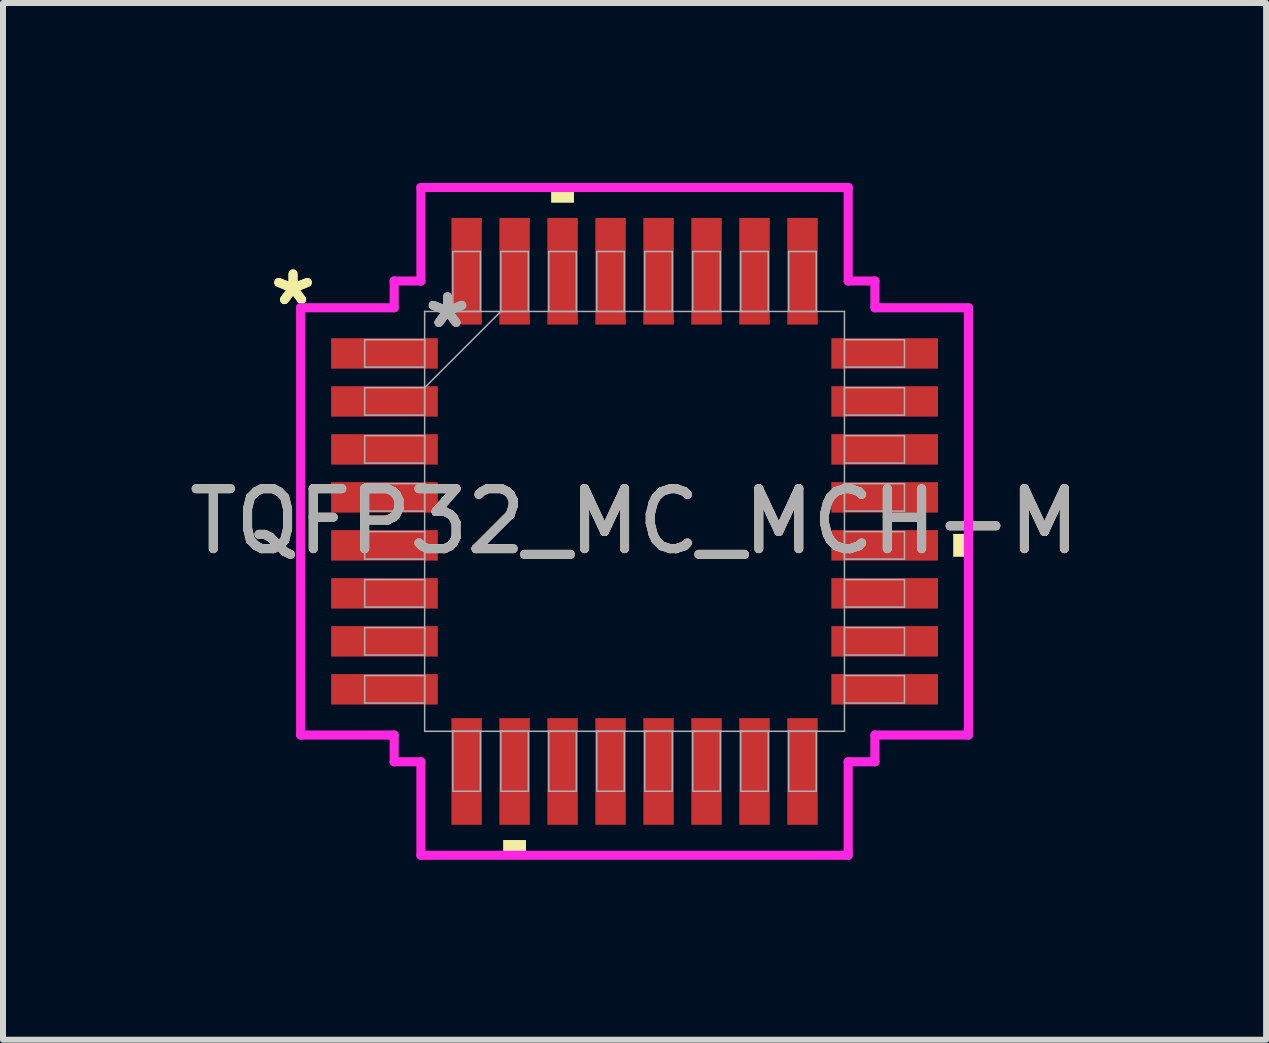
<source format=kicad_pcb>
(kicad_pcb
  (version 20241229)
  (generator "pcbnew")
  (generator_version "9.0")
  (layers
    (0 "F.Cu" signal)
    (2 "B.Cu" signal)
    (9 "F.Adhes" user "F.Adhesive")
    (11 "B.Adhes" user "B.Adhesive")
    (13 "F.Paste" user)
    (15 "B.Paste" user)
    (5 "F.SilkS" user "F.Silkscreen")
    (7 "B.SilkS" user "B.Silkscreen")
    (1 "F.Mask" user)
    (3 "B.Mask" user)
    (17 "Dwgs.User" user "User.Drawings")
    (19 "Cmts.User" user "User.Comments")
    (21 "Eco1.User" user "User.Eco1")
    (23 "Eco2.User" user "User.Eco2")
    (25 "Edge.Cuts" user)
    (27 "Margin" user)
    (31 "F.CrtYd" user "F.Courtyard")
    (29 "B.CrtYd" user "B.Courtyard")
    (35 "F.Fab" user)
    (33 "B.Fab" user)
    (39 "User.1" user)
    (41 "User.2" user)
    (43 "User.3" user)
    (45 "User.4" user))
  (footprint "TQFP32_MC_MCH-M"
    (layer "F.Cu")
    (at 7.53 5.643)
    (property "Reference" "TQFP32_MC_MCH-M" (at 0 0 0) (unlocked yes) (layer "F.SilkS") (effects (font (size 1 1) (thickness 0.15))))
    (attr smd)
    (fp_poly (pts (xy -2.191 5.313) (xy -2.191 5.567) (xy -1.81 5.567) (xy -1.81 5.313)) (stroke (width 0) (type solid)) (fill yes) (layer "F.SilkS"))
    (fp_poly (pts (xy -1.391 -5.313) (xy -1.391 -5.567) (xy -1.01 -5.567) (xy -1.01 -5.313)) (stroke (width 0) (type solid)) (fill yes) (layer "F.SilkS"))
    (fp_poly (pts (xy 5.567 0.209) (xy 5.567 0.59) (xy 5.313 0.59) (xy 5.313 0.209)) (stroke (width 0) (type solid)) (fill yes) (layer "F.SilkS"))
    (fp_line (start -5.567 -3.562) (end -4.008 -3.562) (stroke (width 0.152) (type solid)) (layer "F.CrtYd"))
    (fp_line (start -5.567 3.562) (end -5.567 -3.562) (stroke (width 0.152) (type solid)) (layer "F.CrtYd"))
    (fp_line (start -4.008 -4.008) (end -3.562 -4.008) (stroke (width 0.152) (type solid)) (layer "F.CrtYd"))
    (fp_line (start -4.008 -3.562) (end -4.008 -4.008) (stroke (width 0.152) (type solid)) (layer "F.CrtYd"))
    (fp_line (start -4.008 3.562) (end -5.567 3.562) (stroke (width 0.152) (type solid)) (layer "F.CrtYd"))
    (fp_line (start -4.008 4.008) (end -4.008 3.562) (stroke (width 0.152) (type solid)) (layer "F.CrtYd"))
    (fp_line (start -4.008 4.008) (end -3.562 4.008) (stroke (width 0.152) (type solid)) (layer "F.CrtYd"))
    (fp_line (start -3.562 -5.567) (end 3.562 -5.567) (stroke (width 0.152) (type solid)) (layer "F.CrtYd"))
    (fp_line (start -3.562 -4.008) (end -3.562 -5.567) (stroke (width 0.152) (type solid)) (layer "F.CrtYd"))
    (fp_line (start -3.562 4.008) (end -3.562 5.567) (stroke (width 0.152) (type solid)) (layer "F.CrtYd"))
    (fp_line (start -3.562 5.567) (end 3.562 5.567) (stroke (width 0.152) (type solid)) (layer "F.CrtYd"))
    (fp_line (start 3.562 -5.567) (end 3.562 -4.008) (stroke (width 0.152) (type solid)) (layer "F.CrtYd"))
    (fp_line (start 3.562 -4.008) (end 4.008 -4.008) (stroke (width 0.152) (type solid)) (layer "F.CrtYd"))
    (fp_line (start 3.562 4.008) (end 4.008 4.008) (stroke (width 0.152) (type solid)) (layer "F.CrtYd"))
    (fp_line (start 3.562 5.567) (end 3.562 4.008) (stroke (width 0.152) (type solid)) (layer "F.CrtYd"))
    (fp_line (start 4.008 -3.562) (end 4.008 -4.008) (stroke (width 0.152) (type solid)) (layer "F.CrtYd"))
    (fp_line (start 4.008 3.562) (end 5.567 3.562) (stroke (width 0.152) (type solid)) (layer "F.CrtYd"))
    (fp_line (start 4.008 4.008) (end 4.008 3.562) (stroke (width 0.152) (type solid)) (layer "F.CrtYd"))
    (fp_line (start 5.567 -3.562) (end 4.008 -3.562) (stroke (width 0.152) (type solid)) (layer "F.CrtYd"))
    (fp_line (start 5.567 3.562) (end 5.567 -3.562) (stroke (width 0.152) (type solid)) (layer "F.CrtYd"))
    (fp_line (start -4.5 -3.029) (end -4.5 -2.571) (stroke (width 0.025) (type solid)) (layer "F.Fab"))
    (fp_line (start -4.5 -2.571) (end -3.5 -2.571) (stroke (width 0.025) (type solid)) (layer "F.Fab"))
    (fp_line (start -4.5 -2.229) (end -4.5 -1.771) (stroke (width 0.025) (type solid)) (layer "F.Fab"))
    (fp_line (start -4.5 -1.771) (end -3.5 -1.771) (stroke (width 0.025) (type solid)) (layer "F.Fab"))
    (fp_line (start -4.5 -1.429) (end -4.5 -0.971) (stroke (width 0.025) (type solid)) (layer "F.Fab"))
    (fp_line (start -4.5 -0.971) (end -3.5 -0.971) (stroke (width 0.025) (type solid)) (layer "F.Fab"))
    (fp_line (start -4.5 -0.629) (end -4.5 -0.171) (stroke (width 0.025) (type solid)) (layer "F.Fab"))
    (fp_line (start -4.5 -0.171) (end -3.5 -0.171) (stroke (width 0.025) (type solid)) (layer "F.Fab"))
    (fp_line (start -4.5 0.171) (end -4.5 0.629) (stroke (width 0.025) (type solid)) (layer "F.Fab"))
    (fp_line (start -4.5 0.629) (end -3.5 0.629) (stroke (width 0.025) (type solid)) (layer "F.Fab"))
    (fp_line (start -4.5 0.971) (end -4.5 1.429) (stroke (width 0.025) (type solid)) (layer "F.Fab"))
    (fp_line (start -4.5 1.429) (end -3.5 1.429) (stroke (width 0.025) (type solid)) (layer "F.Fab"))
    (fp_line (start -4.5 1.771) (end -4.5 2.229) (stroke (width 0.025) (type solid)) (layer "F.Fab"))
    (fp_line (start -4.5 2.229) (end -3.5 2.229) (stroke (width 0.025) (type solid)) (layer "F.Fab"))
    (fp_line (start -4.5 2.571) (end -4.5 3.029) (stroke (width 0.025) (type solid)) (layer "F.Fab"))
    (fp_line (start -4.5 3.029) (end -3.5 3.029) (stroke (width 0.025) (type solid)) (layer "F.Fab"))
    (fp_line (start -3.5 -3.5) (end -3.5 3.5) (stroke (width 0.025) (type solid)) (layer "F.Fab"))
    (fp_line (start -3.5 -3.029) (end -4.5 -3.029) (stroke (width 0.025) (type solid)) (layer "F.Fab"))
    (fp_line (start -3.5 -2.571) (end -3.5 -3.029) (stroke (width 0.025) (type solid)) (layer "F.Fab"))
    (fp_line (start -3.5 -2.23) (end -2.23 -3.5) (stroke (width 0.025) (type solid)) (layer "F.Fab"))
    (fp_line (start -3.5 -2.229) (end -4.5 -2.229) (stroke (width 0.025) (type solid)) (layer "F.Fab"))
    (fp_line (start -3.5 -1.771) (end -3.5 -2.229) (stroke (width 0.025) (type solid)) (layer "F.Fab"))
    (fp_line (start -3.5 -1.429) (end -4.5 -1.429) (stroke (width 0.025) (type solid)) (layer "F.Fab"))
    (fp_line (start -3.5 -0.971) (end -3.5 -1.429) (stroke (width 0.025) (type solid)) (layer "F.Fab"))
    (fp_line (start -3.5 -0.629) (end -4.5 -0.629) (stroke (width 0.025) (type solid)) (layer "F.Fab"))
    (fp_line (start -3.5 -0.171) (end -3.5 -0.629) (stroke (width 0.025) (type solid)) (layer "F.Fab"))
    (fp_line (start -3.5 0.171) (end -4.5 0.171) (stroke (width 0.025) (type solid)) (layer "F.Fab"))
    (fp_line (start -3.5 0.629) (end -3.5 0.171) (stroke (width 0.025) (type solid)) (layer "F.Fab"))
    (fp_line (start -3.5 0.971) (end -4.5 0.971) (stroke (width 0.025) (type solid)) (layer "F.Fab"))
    (fp_line (start -3.5 1.429) (end -3.5 0.971) (stroke (width 0.025) (type solid)) (layer "F.Fab"))
    (fp_line (start -3.5 1.771) (end -4.5 1.771) (stroke (width 0.025) (type solid)) (layer "F.Fab"))
    (fp_line (start -3.5 2.229) (end -3.5 1.771) (stroke (width 0.025) (type solid)) (layer "F.Fab"))
    (fp_line (start -3.5 2.571) (end -4.5 2.571) (stroke (width 0.025) (type solid)) (layer "F.Fab"))
    (fp_line (start -3.5 3.029) (end -3.5 2.571) (stroke (width 0.025) (type solid)) (layer "F.Fab"))
    (fp_line (start -3.5 3.5) (end 3.5 3.5) (stroke (width 0.025) (type solid)) (layer "F.Fab"))
    (fp_line (start -3.029 -4.5) (end -3.029 -3.5) (stroke (width 0.025) (type solid)) (layer "F.Fab"))
    (fp_line (start -3.029 -3.5) (end -2.571 -3.5) (stroke (width 0.025) (type solid)) (layer "F.Fab"))
    (fp_line (start -3.029 3.5) (end -3.029 4.5) (stroke (width 0.025) (type solid)) (layer "F.Fab"))
    (fp_line (start -3.029 4.5) (end -2.571 4.5) (stroke (width 0.025) (type solid)) (layer "F.Fab"))
    (fp_line (start -2.571 -4.5) (end -3.029 -4.5) (stroke (width 0.025) (type solid)) (layer "F.Fab"))
    (fp_line (start -2.571 -3.5) (end -2.571 -4.5) (stroke (width 0.025) (type solid)) (layer "F.Fab"))
    (fp_line (start -2.571 3.5) (end -3.029 3.5) (stroke (width 0.025) (type solid)) (layer "F.Fab"))
    (fp_line (start -2.571 4.5) (end -2.571 3.5) (stroke (width 0.025) (type solid)) (layer "F.Fab"))
    (fp_line (start -2.229 -4.5) (end -2.229 -3.5) (stroke (width 0.025) (type solid)) (layer "F.Fab"))
    (fp_line (start -2.229 -3.5) (end -1.771 -3.5) (stroke (width 0.025) (type solid)) (layer "F.Fab"))
    (fp_line (start -2.229 3.5) (end -2.229 4.5) (stroke (width 0.025) (type solid)) (layer "F.Fab"))
    (fp_line (start -2.229 4.5) (end -1.771 4.5) (stroke (width 0.025) (type solid)) (layer "F.Fab"))
    (fp_line (start -1.771 -4.5) (end -2.229 -4.5) (stroke (width 0.025) (type solid)) (layer "F.Fab"))
    (fp_line (start -1.771 -3.5) (end -1.771 -4.5) (stroke (width 0.025) (type solid)) (layer "F.Fab"))
    (fp_line (start -1.771 3.5) (end -2.229 3.5) (stroke (width 0.025) (type solid)) (layer "F.Fab"))
    (fp_line (start -1.771 4.5) (end -1.771 3.5) (stroke (width 0.025) (type solid)) (layer "F.Fab"))
    (fp_line (start -1.429 -4.5) (end -1.429 -3.5) (stroke (width 0.025) (type solid)) (layer "F.Fab"))
    (fp_line (start -1.429 -3.5) (end -0.971 -3.5) (stroke (width 0.025) (type solid)) (layer "F.Fab"))
    (fp_line (start -1.429 3.5) (end -1.429 4.5) (stroke (width 0.025) (type solid)) (layer "F.Fab"))
    (fp_line (start -1.429 4.5) (end -0.971 4.5) (stroke (width 0.025) (type solid)) (layer "F.Fab"))
    (fp_line (start -0.971 -4.5) (end -1.429 -4.5) (stroke (width 0.025) (type solid)) (layer "F.Fab"))
    (fp_line (start -0.971 -3.5) (end -0.971 -4.5) (stroke (width 0.025) (type solid)) (layer "F.Fab"))
    (fp_line (start -0.971 3.5) (end -1.429 3.5) (stroke (width 0.025) (type solid)) (layer "F.Fab"))
    (fp_line (start -0.971 4.5) (end -0.971 3.5) (stroke (width 0.025) (type solid)) (layer "F.Fab"))
    (fp_line (start -0.629 -4.5) (end -0.629 -3.5) (stroke (width 0.025) (type solid)) (layer "F.Fab"))
    (fp_line (start -0.629 -3.5) (end -0.171 -3.5) (stroke (width 0.025) (type solid)) (layer "F.Fab"))
    (fp_line (start -0.629 3.5) (end -0.629 4.5) (stroke (width 0.025) (type solid)) (layer "F.Fab"))
    (fp_line (start -0.629 4.5) (end -0.171 4.5) (stroke (width 0.025) (type solid)) (layer "F.Fab"))
    (fp_line (start -0.171 -4.5) (end -0.629 -4.5) (stroke (width 0.025) (type solid)) (layer "F.Fab"))
    (fp_line (start -0.171 -3.5) (end -0.171 -4.5) (stroke (width 0.025) (type solid)) (layer "F.Fab"))
    (fp_line (start -0.171 3.5) (end -0.629 3.5) (stroke (width 0.025) (type solid)) (layer "F.Fab"))
    (fp_line (start -0.171 4.5) (end -0.171 3.5) (stroke (width 0.025) (type solid)) (layer "F.Fab"))
    (fp_line (start 0.171 -4.5) (end 0.171 -3.5) (stroke (width 0.025) (type solid)) (layer "F.Fab"))
    (fp_line (start 0.171 -3.5) (end 0.629 -3.5) (stroke (width 0.025) (type solid)) (layer "F.Fab"))
    (fp_line (start 0.171 3.5) (end 0.171 4.5) (stroke (width 0.025) (type solid)) (layer "F.Fab"))
    (fp_line (start 0.171 4.5) (end 0.629 4.5) (stroke (width 0.025) (type solid)) (layer "F.Fab"))
    (fp_line (start 0.629 -4.5) (end 0.171 -4.5) (stroke (width 0.025) (type solid)) (layer "F.Fab"))
    (fp_line (start 0.629 -3.5) (end 0.629 -4.5) (stroke (width 0.025) (type solid)) (layer "F.Fab"))
    (fp_line (start 0.629 3.5) (end 0.171 3.5) (stroke (width 0.025) (type solid)) (layer "F.Fab"))
    (fp_line (start 0.629 4.5) (end 0.629 3.5) (stroke (width 0.025) (type solid)) (layer "F.Fab"))
    (fp_line (start 0.971 -4.5) (end 0.971 -3.5) (stroke (width 0.025) (type solid)) (layer "F.Fab"))
    (fp_line (start 0.971 -3.5) (end 1.429 -3.5) (stroke (width 0.025) (type solid)) (layer "F.Fab"))
    (fp_line (start 0.971 3.5) (end 0.971 4.5) (stroke (width 0.025) (type solid)) (layer "F.Fab"))
    (fp_line (start 0.971 4.5) (end 1.429 4.5) (stroke (width 0.025) (type solid)) (layer "F.Fab"))
    (fp_line (start 1.429 -4.5) (end 0.971 -4.5) (stroke (width 0.025) (type solid)) (layer "F.Fab"))
    (fp_line (start 1.429 -3.5) (end 1.429 -4.5) (stroke (width 0.025) (type solid)) (layer "F.Fab"))
    (fp_line (start 1.429 3.5) (end 0.971 3.5) (stroke (width 0.025) (type solid)) (layer "F.Fab"))
    (fp_line (start 1.429 4.5) (end 1.429 3.5) (stroke (width 0.025) (type solid)) (layer "F.Fab"))
    (fp_line (start 1.771 -4.5) (end 1.771 -3.5) (stroke (width 0.025) (type solid)) (layer "F.Fab"))
    (fp_line (start 1.771 -3.5) (end 2.229 -3.5) (stroke (width 0.025) (type solid)) (layer "F.Fab"))
    (fp_line (start 1.771 3.5) (end 1.771 4.5) (stroke (width 0.025) (type solid)) (layer "F.Fab"))
    (fp_line (start 1.771 4.5) (end 2.229 4.5) (stroke (width 0.025) (type solid)) (layer "F.Fab"))
    (fp_line (start 2.229 -4.5) (end 1.771 -4.5) (stroke (width 0.025) (type solid)) (layer "F.Fab"))
    (fp_line (start 2.229 -3.5) (end 2.229 -4.5) (stroke (width 0.025) (type solid)) (layer "F.Fab"))
    (fp_line (start 2.229 3.5) (end 1.771 3.5) (stroke (width 0.025) (type solid)) (layer "F.Fab"))
    (fp_line (start 2.229 4.5) (end 2.229 3.5) (stroke (width 0.025) (type solid)) (layer "F.Fab"))
    (fp_line (start 2.571 -4.5) (end 2.571 -3.5) (stroke (width 0.025) (type solid)) (layer "F.Fab"))
    (fp_line (start 2.571 -3.5) (end 3.029 -3.5) (stroke (width 0.025) (type solid)) (layer "F.Fab"))
    (fp_line (start 2.571 3.5) (end 2.571 4.5) (stroke (width 0.025) (type solid)) (layer "F.Fab"))
    (fp_line (start 2.571 4.5) (end 3.029 4.5) (stroke (width 0.025) (type solid)) (layer "F.Fab"))
    (fp_line (start 3.029 -4.5) (end 2.571 -4.5) (stroke (width 0.025) (type solid)) (layer "F.Fab"))
    (fp_line (start 3.029 -3.5) (end 3.029 -4.5) (stroke (width 0.025) (type solid)) (layer "F.Fab"))
    (fp_line (start 3.029 3.5) (end 2.571 3.5) (stroke (width 0.025) (type solid)) (layer "F.Fab"))
    (fp_line (start 3.029 4.5) (end 3.029 3.5) (stroke (width 0.025) (type solid)) (layer "F.Fab"))
    (fp_line (start 3.5 -3.5) (end -3.5 -3.5) (stroke (width 0.025) (type solid)) (layer "F.Fab"))
    (fp_line (start 3.5 -3.029) (end 3.5 -2.571) (stroke (width 0.025) (type solid)) (layer "F.Fab"))
    (fp_line (start 3.5 -2.571) (end 4.5 -2.571) (stroke (width 0.025) (type solid)) (layer "F.Fab"))
    (fp_line (start 3.5 -2.229) (end 3.5 -1.771) (stroke (width 0.025) (type solid)) (layer "F.Fab"))
    (fp_line (start 3.5 -1.771) (end 4.5 -1.771) (stroke (width 0.025) (type solid)) (layer "F.Fab"))
    (fp_line (start 3.5 -1.429) (end 3.5 -0.971) (stroke (width 0.025) (type solid)) (layer "F.Fab"))
    (fp_line (start 3.5 -0.971) (end 4.5 -0.971) (stroke (width 0.025) (type solid)) (layer "F.Fab"))
    (fp_line (start 3.5 -0.629) (end 3.5 -0.171) (stroke (width 0.025) (type solid)) (layer "F.Fab"))
    (fp_line (start 3.5 -0.171) (end 4.5 -0.171) (stroke (width 0.025) (type solid)) (layer "F.Fab"))
    (fp_line (start 3.5 0.171) (end 3.5 0.629) (stroke (width 0.025) (type solid)) (layer "F.Fab"))
    (fp_line (start 3.5 0.629) (end 4.5 0.629) (stroke (width 0.025) (type solid)) (layer "F.Fab"))
    (fp_line (start 3.5 0.971) (end 3.5 1.429) (stroke (width 0.025) (type solid)) (layer "F.Fab"))
    (fp_line (start 3.5 1.429) (end 4.5 1.429) (stroke (width 0.025) (type solid)) (layer "F.Fab"))
    (fp_line (start 3.5 1.771) (end 3.5 2.229) (stroke (width 0.025) (type solid)) (layer "F.Fab"))
    (fp_line (start 3.5 2.229) (end 4.5 2.229) (stroke (width 0.025) (type solid)) (layer "F.Fab"))
    (fp_line (start 3.5 2.571) (end 3.5 3.029) (stroke (width 0.025) (type solid)) (layer "F.Fab"))
    (fp_line (start 3.5 3.029) (end 4.5 3.029) (stroke (width 0.025) (type solid)) (layer "F.Fab"))
    (fp_line (start 3.5 3.5) (end 3.5 -3.5) (stroke (width 0.025) (type solid)) (layer "F.Fab"))
    (fp_line (start 4.5 -3.029) (end 3.5 -3.029) (stroke (width 0.025) (type solid)) (layer "F.Fab"))
    (fp_line (start 4.5 -2.571) (end 4.5 -3.029) (stroke (width 0.025) (type solid)) (layer "F.Fab"))
    (fp_line (start 4.5 -2.229) (end 3.5 -2.229) (stroke (width 0.025) (type solid)) (layer "F.Fab"))
    (fp_line (start 4.5 -1.771) (end 4.5 -2.229) (stroke (width 0.025) (type solid)) (layer "F.Fab"))
    (fp_line (start 4.5 -1.429) (end 3.5 -1.429) (stroke (width 0.025) (type solid)) (layer "F.Fab"))
    (fp_line (start 4.5 -0.971) (end 4.5 -1.429) (stroke (width 0.025) (type solid)) (layer "F.Fab"))
    (fp_line (start 4.5 -0.629) (end 3.5 -0.629) (stroke (width 0.025) (type solid)) (layer "F.Fab"))
    (fp_line (start 4.5 -0.171) (end 4.5 -0.629) (stroke (width 0.025) (type solid)) (layer "F.Fab"))
    (fp_line (start 4.5 0.171) (end 3.5 0.171) (stroke (width 0.025) (type solid)) (layer "F.Fab"))
    (fp_line (start 4.5 0.629) (end 4.5 0.171) (stroke (width 0.025) (type solid)) (layer "F.Fab"))
    (fp_line (start 4.5 0.971) (end 3.5 0.971) (stroke (width 0.025) (type solid)) (layer "F.Fab"))
    (fp_line (start 4.5 1.429) (end 4.5 0.971) (stroke (width 0.025) (type solid)) (layer "F.Fab"))
    (fp_line (start 4.5 1.771) (end 3.5 1.771) (stroke (width 0.025) (type solid)) (layer "F.Fab"))
    (fp_line (start 4.5 2.229) (end 4.5 1.771) (stroke (width 0.025) (type solid)) (layer "F.Fab"))
    (fp_line (start 4.5 2.571) (end 3.5 2.571) (stroke (width 0.025) (type solid)) (layer "F.Fab"))
    (fp_line (start 4.5 3.029) (end 4.5 2.571) (stroke (width 0.025) (type solid)) (layer "F.Fab"))
    (fp_text user "*" (at -5.694 -3.581 0) (layer "F.SilkS") (effects (font (size 1 1) (thickness 0.15))))
    (fp_text user "*" (at -5.694 -3.581 0) (unlocked yes) (layer "F.SilkS") (effects (font (size 1 1) (thickness 0.15))))
    (fp_text user "*" (at -3.119 -3.2 0) (unlocked yes) (layer "F.Fab") (effects (font (size 1 1) (thickness 0.15))))
    (fp_text user "*" (at -3.119 -3.2 0) (layer "F.Fab") (effects (font (size 1 1) (thickness 0.15))))
    (fp_text user "${REFERENCE}" (at 0 0 0) (unlocked yes) (layer "F.Fab") (effects (font (size 1 1) (thickness 0.15))))
    (pad "1" smd rect (at -4.17 -2.8 90) (size 0.508 1.778) (layers "F.Cu" "F.Mask" "F.Paste"))
    (pad "2" smd rect (at -4.17 -2 90) (size 0.508 1.778) (layers "F.Cu" "F.Mask" "F.Paste"))
    (pad "3" smd rect (at -4.17 -1.2 90) (size 0.508 1.778) (layers "F.Cu" "F.Mask" "F.Paste"))
    (pad "4" smd rect (at -4.17 -0.4 90) (size 0.508 1.778) (layers "F.Cu" "F.Mask" "F.Paste"))
    (pad "5" smd rect (at -4.17 0.4 90) (size 0.508 1.778) (layers "F.Cu" "F.Mask" "F.Paste"))
    (pad "6" smd rect (at -4.17 1.2 90) (size 0.508 1.778) (layers "F.Cu" "F.Mask" "F.Paste"))
    (pad "7" smd rect (at -4.17 2 90) (size 0.508 1.778) (layers "F.Cu" "F.Mask" "F.Paste"))
    (pad "8" smd rect (at -4.17 2.8 90) (size 0.508 1.778) (layers "F.Cu" "F.Mask" "F.Paste"))
    (pad "9" smd rect (at -2.8 4.17) (size 0.508 1.778) (layers "F.Cu" "F.Mask" "F.Paste"))
    (pad "10" smd rect (at -2 4.17) (size 0.508 1.778) (layers "F.Cu" "F.Mask" "F.Paste"))
    (pad "11" smd rect (at -1.2 4.17) (size 0.508 1.778) (layers "F.Cu" "F.Mask" "F.Paste"))
    (pad "12" smd rect (at -0.4 4.17) (size 0.508 1.778) (layers "F.Cu" "F.Mask" "F.Paste"))
    (pad "13" smd rect (at 0.4 4.17) (size 0.508 1.778) (layers "F.Cu" "F.Mask" "F.Paste"))
    (pad "14" smd rect (at 1.2 4.17) (size 0.508 1.778) (layers "F.Cu" "F.Mask" "F.Paste"))
    (pad "15" smd rect (at 2 4.17) (size 0.508 1.778) (layers "F.Cu" "F.Mask" "F.Paste"))
    (pad "16" smd rect (at 2.8 4.17) (size 0.508 1.778) (layers "F.Cu" "F.Mask" "F.Paste"))
    (pad "17" smd rect (at 4.17 2.8 90) (size 0.508 1.778) (layers "F.Cu" "F.Mask" "F.Paste"))
    (pad "18" smd rect (at 4.17 2 90) (size 0.508 1.778) (layers "F.Cu" "F.Mask" "F.Paste"))
    (pad "19" smd rect (at 4.17 1.2 90) (size 0.508 1.778) (layers "F.Cu" "F.Mask" "F.Paste"))
    (pad "20" smd rect (at 4.17 0.4 90) (size 0.508 1.778) (layers "F.Cu" "F.Mask" "F.Paste"))
    (pad "21" smd rect (at 4.17 -0.4 90) (size 0.508 1.778) (layers "F.Cu" "F.Mask" "F.Paste"))
    (pad "22" smd rect (at 4.17 -1.2 90) (size 0.508 1.778) (layers "F.Cu" "F.Mask" "F.Paste"))
    (pad "23" smd rect (at 4.17 -2 90) (size 0.508 1.778) (layers "F.Cu" "F.Mask" "F.Paste"))
    (pad "24" smd rect (at 4.17 -2.8 90) (size 0.508 1.778) (layers "F.Cu" "F.Mask" "F.Paste"))
    (pad "25" smd rect (at 2.8 -4.17) (size 0.508 1.778) (layers "F.Cu" "F.Mask" "F.Paste"))
    (pad "26" smd rect (at 2 -4.17) (size 0.508 1.778) (layers "F.Cu" "F.Mask" "F.Paste"))
    (pad "27" smd rect (at 1.2 -4.17) (size 0.508 1.778) (layers "F.Cu" "F.Mask" "F.Paste"))
    (pad "28" smd rect (at 0.4 -4.17) (size 0.508 1.778) (layers "F.Cu" "F.Mask" "F.Paste"))
    (pad "29" smd rect (at -0.4 -4.17) (size 0.508 1.778) (layers "F.Cu" "F.Mask" "F.Paste"))
    (pad "30" smd rect (at -1.2 -4.17) (size 0.508 1.778) (layers "F.Cu" "F.Mask" "F.Paste"))
    (pad "31" smd rect (at -2 -4.17) (size 0.508 1.778) (layers "F.Cu" "F.Mask" "F.Paste"))
    (pad "32" smd rect (at -2.8 -4.17) (size 0.508 1.778) (layers "F.Cu" "F.Mask" "F.Paste")))
  (gr_rect
    (start -3 -3)
    (end 18.06 14.286)
    (stroke (width 0.1) (type default))
    (fill no)
    (layer "Edge.Cuts")))
</source>
